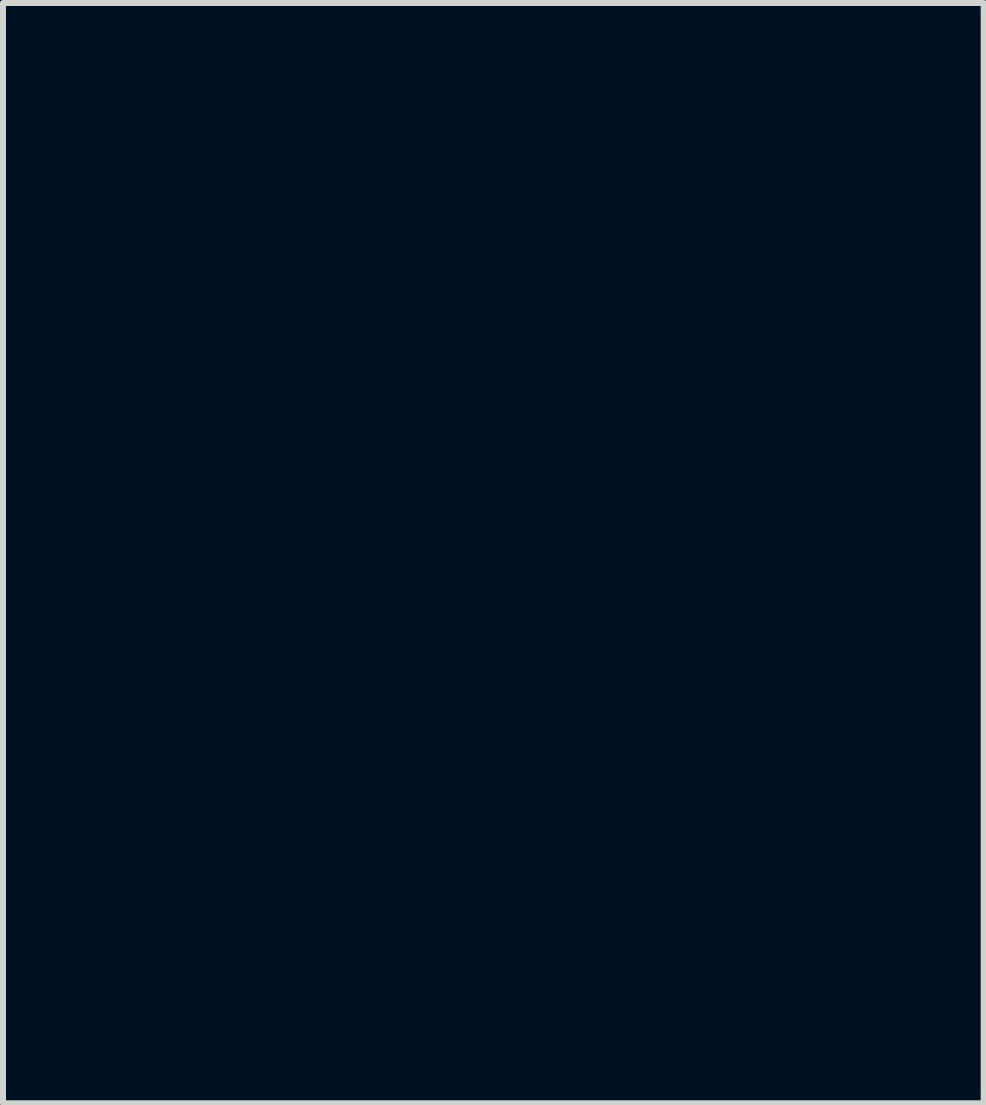
<source format=kicad_pcb>
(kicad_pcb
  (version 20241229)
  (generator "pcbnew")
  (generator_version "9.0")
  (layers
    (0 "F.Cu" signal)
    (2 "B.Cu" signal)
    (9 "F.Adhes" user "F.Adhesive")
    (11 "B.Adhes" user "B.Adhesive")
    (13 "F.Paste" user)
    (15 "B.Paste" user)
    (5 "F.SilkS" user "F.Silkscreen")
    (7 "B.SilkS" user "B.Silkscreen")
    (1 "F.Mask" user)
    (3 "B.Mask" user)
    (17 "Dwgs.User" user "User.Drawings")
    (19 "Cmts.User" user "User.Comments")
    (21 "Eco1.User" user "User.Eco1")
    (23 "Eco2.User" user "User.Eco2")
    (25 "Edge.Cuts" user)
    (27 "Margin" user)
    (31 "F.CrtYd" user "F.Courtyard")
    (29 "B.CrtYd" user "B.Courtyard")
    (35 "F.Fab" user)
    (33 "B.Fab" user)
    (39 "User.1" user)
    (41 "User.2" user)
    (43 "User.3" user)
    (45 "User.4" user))
  (footprint "KickFragment"
    (layer "F.Cu")
    (at 5.173 5.14)
    (property "Reference" "KickFragment" (at 0 6.35 0) (unlocked yes) (layer "User.1") (effects (font (size 1 1) (thickness 0.15))))
    (fp_line (start -5.08 0) (end 5.08 0) (stroke (width 0.12) (type solid)) (layer "User.1"))
    (fp_line (start 0 -5.08) (end 0 5.08) (stroke (width 0.12) (type solid)) (layer "User.1"))
    (fp_circle (center 0 0) (end 2.54 0) (stroke (width 0.12) (type solid)) (fill no) (layer "User.1")))
  (gr_rect
    (start -3 -3)
    (end 13.345 15.338)
    (stroke (width 0.1) (type default))
    (fill no)
    (layer "Edge.Cuts")))
</source>
